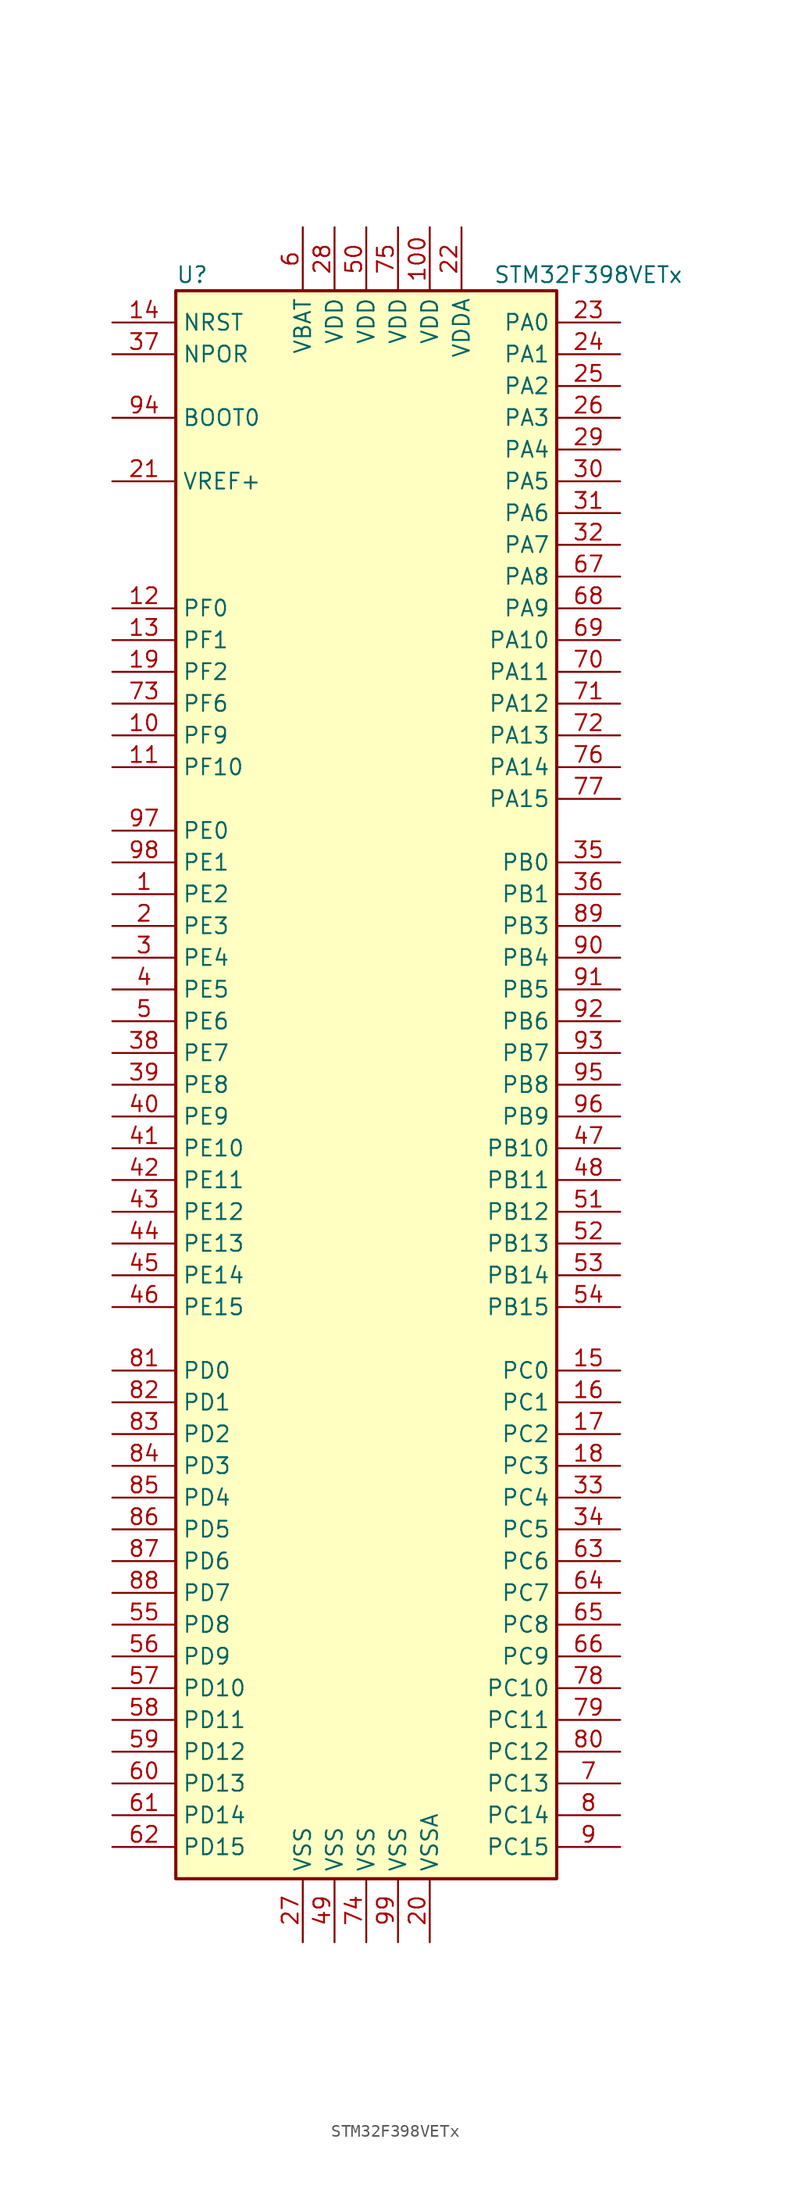
<source format=kicad_sym>
(kicad_symbol_lib
  (version 20201005)
  (generator kicad_symbol_editor)
  (symbol "STM32F398VETx"
    (property "Reference" "U"
      (at -15.24 64.77 0)
      (effects (font (size 1.27 1.27)) (justify left)))
    (property "Value" "STM32F398VETx"
      (at 10.16 64.77 0)
      (effects (font (size 1.27 1.27)) (justify left)))
    (symbol "STM32F398VETx_0_1"
      (rectangle (start -15.24 -63.5) (end 15.24 63.5) (stroke (width 0.254)) (fill (type background))))
    (symbol "STM32F398VETx_1_1"
      (pin bidirectional line (at -20.32 15.24 0) (length 5.08) (name "PE2" (effects (font (size 1.27 1.27)))) (number "1" (effects (font (size 1.27 1.27)))))
      (pin bidirectional line (at -20.32 27.94 0) (length 5.08) (name "PF9" (effects (font (size 1.27 1.27)))) (number "10" (effects (font (size 1.27 1.27)))))
      (pin power_in line (at 5.08 68.58 270) (length 5.08) (name "VDD" (effects (font (size 1.27 1.27)))) (number "100" (effects (font (size 1.27 1.27)))))
      (pin bidirectional line (at -20.32 25.4 0) (length 5.08) (name "PF10" (effects (font (size 1.27 1.27)))) (number "11" (effects (font (size 1.27 1.27)))))
      (pin input line (at -20.32 38.1 0) (length 5.08) (name "PF0" (effects (font (size 1.27 1.27)))) (number "12" (effects (font (size 1.27 1.27)))))
      (pin input line (at -20.32 35.56 0) (length 5.08) (name "PF1" (effects (font (size 1.27 1.27)))) (number "13" (effects (font (size 1.27 1.27)))))
      (pin input line (at -20.32 60.96 0) (length 5.08) (name "NRST" (effects (font (size 1.27 1.27)))) (number "14" (effects (font (size 1.27 1.27)))))
      (pin bidirectional line (at 20.32 -22.86 180) (length 5.08) (name "PC0" (effects (font (size 1.27 1.27)))) (number "15" (effects (font (size 1.27 1.27)))))
      (pin bidirectional line (at 20.32 -25.4 180) (length 5.08) (name "PC1" (effects (font (size 1.27 1.27)))) (number "16" (effects (font (size 1.27 1.27)))))
      (pin bidirectional line (at 20.32 -27.94 180) (length 5.08) (name "PC2" (effects (font (size 1.27 1.27)))) (number "17" (effects (font (size 1.27 1.27)))))
      (pin bidirectional line (at 20.32 -30.48 180) (length 5.08) (name "PC3" (effects (font (size 1.27 1.27)))) (number "18" (effects (font (size 1.27 1.27)))))
      (pin bidirectional line (at -20.32 33.02 0) (length 5.08) (name "PF2" (effects (font (size 1.27 1.27)))) (number "19" (effects (font (size 1.27 1.27)))))
      (pin bidirectional line (at -20.32 12.7 0) (length 5.08) (name "PE3" (effects (font (size 1.27 1.27)))) (number "2" (effects (font (size 1.27 1.27)))))
      (pin power_in line (at 5.08 -68.58 90) (length 5.08) (name "VSSA" (effects (font (size 1.27 1.27)))) (number "20" (effects (font (size 1.27 1.27)))))
      (pin power_in line (at -20.32 48.26 0) (length 5.08) (name "VREF+" (effects (font (size 1.27 1.27)))) (number "21" (effects (font (size 1.27 1.27)))))
      (pin power_in line (at 7.62 68.58 270) (length 5.08) (name "VDDA" (effects (font (size 1.27 1.27)))) (number "22" (effects (font (size 1.27 1.27)))))
      (pin bidirectional line (at 20.32 60.96 180) (length 5.08) (name "PA0" (effects (font (size 1.27 1.27)))) (number "23" (effects (font (size 1.27 1.27)))))
      (pin bidirectional line (at 20.32 58.42 180) (length 5.08) (name "PA1" (effects (font (size 1.27 1.27)))) (number "24" (effects (font (size 1.27 1.27)))))
      (pin bidirectional line (at 20.32 55.88 180) (length 5.08) (name "PA2" (effects (font (size 1.27 1.27)))) (number "25" (effects (font (size 1.27 1.27)))))
      (pin bidirectional line (at 20.32 53.34 180) (length 5.08) (name "PA3" (effects (font (size 1.27 1.27)))) (number "26" (effects (font (size 1.27 1.27)))))
      (pin power_in line (at -5.08 -68.58 90) (length 5.08) (name "VSS" (effects (font (size 1.27 1.27)))) (number "27" (effects (font (size 1.27 1.27)))))
      (pin power_in line (at -2.54 68.58 270) (length 5.08) (name "VDD" (effects (font (size 1.27 1.27)))) (number "28" (effects (font (size 1.27 1.27)))))
      (pin bidirectional line (at 20.32 50.8 180) (length 5.08) (name "PA4" (effects (font (size 1.27 1.27)))) (number "29" (effects (font (size 1.27 1.27)))))
      (pin bidirectional line (at -20.32 10.16 0) (length 5.08) (name "PE4" (effects (font (size 1.27 1.27)))) (number "3" (effects (font (size 1.27 1.27)))))
      (pin bidirectional line (at 20.32 48.26 180) (length 5.08) (name "PA5" (effects (font (size 1.27 1.27)))) (number "30" (effects (font (size 1.27 1.27)))))
      (pin bidirectional line (at 20.32 45.72 180) (length 5.08) (name "PA6" (effects (font (size 1.27 1.27)))) (number "31" (effects (font (size 1.27 1.27)))))
      (pin bidirectional line (at 20.32 43.18 180) (length 5.08) (name "PA7" (effects (font (size 1.27 1.27)))) (number "32" (effects (font (size 1.27 1.27)))))
      (pin bidirectional line (at 20.32 -33.02 180) (length 5.08) (name "PC4" (effects (font (size 1.27 1.27)))) (number "33" (effects (font (size 1.27 1.27)))))
      (pin bidirectional line (at 20.32 -35.56 180) (length 5.08) (name "PC5" (effects (font (size 1.27 1.27)))) (number "34" (effects (font (size 1.27 1.27)))))
      (pin bidirectional line (at 20.32 17.78 180) (length 5.08) (name "PB0" (effects (font (size 1.27 1.27)))) (number "35" (effects (font (size 1.27 1.27)))))
      (pin bidirectional line (at 20.32 15.24 180) (length 5.08) (name "PB1" (effects (font (size 1.27 1.27)))) (number "36" (effects (font (size 1.27 1.27)))))
      (pin input line (at -20.32 58.42 0) (length 5.08) (name "NPOR" (effects (font (size 1.27 1.27)))) (number "37" (effects (font (size 1.27 1.27)))))
      (pin bidirectional line (at -20.32 2.54 0) (length 5.08) (name "PE7" (effects (font (size 1.27 1.27)))) (number "38" (effects (font (size 1.27 1.27)))))
      (pin bidirectional line (at -20.32 0 0) (length 5.08) (name "PE8" (effects (font (size 1.27 1.27)))) (number "39" (effects (font (size 1.27 1.27)))))
      (pin bidirectional line (at -20.32 7.62 0) (length 5.08) (name "PE5" (effects (font (size 1.27 1.27)))) (number "4" (effects (font (size 1.27 1.27)))))
      (pin bidirectional line (at -20.32 -2.54 0) (length 5.08) (name "PE9" (effects (font (size 1.27 1.27)))) (number "40" (effects (font (size 1.27 1.27)))))
      (pin bidirectional line (at -20.32 -5.08 0) (length 5.08) (name "PE10" (effects (font (size 1.27 1.27)))) (number "41" (effects (font (size 1.27 1.27)))))
      (pin bidirectional line (at -20.32 -7.62 0) (length 5.08) (name "PE11" (effects (font (size 1.27 1.27)))) (number "42" (effects (font (size 1.27 1.27)))))
      (pin bidirectional line (at -20.32 -10.16 0) (length 5.08) (name "PE12" (effects (font (size 1.27 1.27)))) (number "43" (effects (font (size 1.27 1.27)))))
      (pin bidirectional line (at -20.32 -12.7 0) (length 5.08) (name "PE13" (effects (font (size 1.27 1.27)))) (number "44" (effects (font (size 1.27 1.27)))))
      (pin bidirectional line (at -20.32 -15.24 0) (length 5.08) (name "PE14" (effects (font (size 1.27 1.27)))) (number "45" (effects (font (size 1.27 1.27)))))
      (pin bidirectional line (at -20.32 -17.78 0) (length 5.08) (name "PE15" (effects (font (size 1.27 1.27)))) (number "46" (effects (font (size 1.27 1.27)))))
      (pin bidirectional line (at 20.32 -5.08 180) (length 5.08) (name "PB10" (effects (font (size 1.27 1.27)))) (number "47" (effects (font (size 1.27 1.27)))))
      (pin bidirectional line (at 20.32 -7.62 180) (length 5.08) (name "PB11" (effects (font (size 1.27 1.27)))) (number "48" (effects (font (size 1.27 1.27)))))
      (pin power_in line (at -2.54 -68.58 90) (length 5.08) (name "VSS" (effects (font (size 1.27 1.27)))) (number "49" (effects (font (size 1.27 1.27)))))
      (pin bidirectional line (at -20.32 5.08 0) (length 5.08) (name "PE6" (effects (font (size 1.27 1.27)))) (number "5" (effects (font (size 1.27 1.27)))))
      (pin power_in line (at 0 68.58 270) (length 5.08) (name "VDD" (effects (font (size 1.27 1.27)))) (number "50" (effects (font (size 1.27 1.27)))))
      (pin bidirectional line (at 20.32 -10.16 180) (length 5.08) (name "PB12" (effects (font (size 1.27 1.27)))) (number "51" (effects (font (size 1.27 1.27)))))
      (pin bidirectional line (at 20.32 -12.7 180) (length 5.08) (name "PB13" (effects (font (size 1.27 1.27)))) (number "52" (effects (font (size 1.27 1.27)))))
      (pin bidirectional line (at 20.32 -15.24 180) (length 5.08) (name "PB14" (effects (font (size 1.27 1.27)))) (number "53" (effects (font (size 1.27 1.27)))))
      (pin bidirectional line (at 20.32 -17.78 180) (length 5.08) (name "PB15" (effects (font (size 1.27 1.27)))) (number "54" (effects (font (size 1.27 1.27)))))
      (pin bidirectional line (at -20.32 -43.18 0) (length 5.08) (name "PD8" (effects (font (size 1.27 1.27)))) (number "55" (effects (font (size 1.27 1.27)))))
      (pin bidirectional line (at -20.32 -45.72 0) (length 5.08) (name "PD9" (effects (font (size 1.27 1.27)))) (number "56" (effects (font (size 1.27 1.27)))))
      (pin bidirectional line (at -20.32 -48.26 0) (length 5.08) (name "PD10" (effects (font (size 1.27 1.27)))) (number "57" (effects (font (size 1.27 1.27)))))
      (pin bidirectional line (at -20.32 -50.8 0) (length 5.08) (name "PD11" (effects (font (size 1.27 1.27)))) (number "58" (effects (font (size 1.27 1.27)))))
      (pin bidirectional line (at -20.32 -53.34 0) (length 5.08) (name "PD12" (effects (font (size 1.27 1.27)))) (number "59" (effects (font (size 1.27 1.27)))))
      (pin power_in line (at -5.08 68.58 270) (length 5.08) (name "VBAT" (effects (font (size 1.27 1.27)))) (number "6" (effects (font (size 1.27 1.27)))))
      (pin bidirectional line (at -20.32 -55.88 0) (length 5.08) (name "PD13" (effects (font (size 1.27 1.27)))) (number "60" (effects (font (size 1.27 1.27)))))
      (pin bidirectional line (at -20.32 -58.42 0) (length 5.08) (name "PD14" (effects (font (size 1.27 1.27)))) (number "61" (effects (font (size 1.27 1.27)))))
      (pin bidirectional line (at -20.32 -60.96 0) (length 5.08) (name "PD15" (effects (font (size 1.27 1.27)))) (number "62" (effects (font (size 1.27 1.27)))))
      (pin bidirectional line (at 20.32 -38.1 180) (length 5.08) (name "PC6" (effects (font (size 1.27 1.27)))) (number "63" (effects (font (size 1.27 1.27)))))
      (pin bidirectional line (at 20.32 -40.64 180) (length 5.08) (name "PC7" (effects (font (size 1.27 1.27)))) (number "64" (effects (font (size 1.27 1.27)))))
      (pin bidirectional line (at 20.32 -43.18 180) (length 5.08) (name "PC8" (effects (font (size 1.27 1.27)))) (number "65" (effects (font (size 1.27 1.27)))))
      (pin bidirectional line (at 20.32 -45.72 180) (length 5.08) (name "PC9" (effects (font (size 1.27 1.27)))) (number "66" (effects (font (size 1.27 1.27)))))
      (pin bidirectional line (at 20.32 40.64 180) (length 5.08) (name "PA8" (effects (font (size 1.27 1.27)))) (number "67" (effects (font (size 1.27 1.27)))))
      (pin bidirectional line (at 20.32 38.1 180) (length 5.08) (name "PA9" (effects (font (size 1.27 1.27)))) (number "68" (effects (font (size 1.27 1.27)))))
      (pin bidirectional line (at 20.32 35.56 180) (length 5.08) (name "PA10" (effects (font (size 1.27 1.27)))) (number "69" (effects (font (size 1.27 1.27)))))
      (pin bidirectional line (at 20.32 -55.88 180) (length 5.08) (name "PC13" (effects (font (size 1.27 1.27)))) (number "7" (effects (font (size 1.27 1.27)))))
      (pin bidirectional line (at 20.32 33.02 180) (length 5.08) (name "PA11" (effects (font (size 1.27 1.27)))) (number "70" (effects (font (size 1.27 1.27)))))
      (pin bidirectional line (at 20.32 30.48 180) (length 5.08) (name "PA12" (effects (font (size 1.27 1.27)))) (number "71" (effects (font (size 1.27 1.27)))))
      (pin bidirectional line (at 20.32 27.94 180) (length 5.08) (name "PA13" (effects (font (size 1.27 1.27)))) (number "72" (effects (font (size 1.27 1.27)))))
      (pin bidirectional line (at -20.32 30.48 0) (length 5.08) (name "PF6" (effects (font (size 1.27 1.27)))) (number "73" (effects (font (size 1.27 1.27)))))
      (pin power_in line (at 0 -68.58 90) (length 5.08) (name "VSS" (effects (font (size 1.27 1.27)))) (number "74" (effects (font (size 1.27 1.27)))))
      (pin power_in line (at 2.54 68.58 270) (length 5.08) (name "VDD" (effects (font (size 1.27 1.27)))) (number "75" (effects (font (size 1.27 1.27)))))
      (pin bidirectional line (at 20.32 25.4 180) (length 5.08) (name "PA14" (effects (font (size 1.27 1.27)))) (number "76" (effects (font (size 1.27 1.27)))))
      (pin bidirectional line (at 20.32 22.86 180) (length 5.08) (name "PA15" (effects (font (size 1.27 1.27)))) (number "77" (effects (font (size 1.27 1.27)))))
      (pin bidirectional line (at 20.32 -48.26 180) (length 5.08) (name "PC10" (effects (font (size 1.27 1.27)))) (number "78" (effects (font (size 1.27 1.27)))))
      (pin bidirectional line (at 20.32 -50.8 180) (length 5.08) (name "PC11" (effects (font (size 1.27 1.27)))) (number "79" (effects (font (size 1.27 1.27)))))
      (pin bidirectional line (at 20.32 -58.42 180) (length 5.08) (name "PC14" (effects (font (size 1.27 1.27)))) (number "8" (effects (font (size 1.27 1.27)))))
      (pin bidirectional line (at 20.32 -53.34 180) (length 5.08) (name "PC12" (effects (font (size 1.27 1.27)))) (number "80" (effects (font (size 1.27 1.27)))))
      (pin bidirectional line (at -20.32 -22.86 0) (length 5.08) (name "PD0" (effects (font (size 1.27 1.27)))) (number "81" (effects (font (size 1.27 1.27)))))
      (pin bidirectional line (at -20.32 -25.4 0) (length 5.08) (name "PD1" (effects (font (size 1.27 1.27)))) (number "82" (effects (font (size 1.27 1.27)))))
      (pin bidirectional line (at -20.32 -27.94 0) (length 5.08) (name "PD2" (effects (font (size 1.27 1.27)))) (number "83" (effects (font (size 1.27 1.27)))))
      (pin bidirectional line (at -20.32 -30.48 0) (length 5.08) (name "PD3" (effects (font (size 1.27 1.27)))) (number "84" (effects (font (size 1.27 1.27)))))
      (pin bidirectional line (at -20.32 -33.02 0) (length 5.08) (name "PD4" (effects (font (size 1.27 1.27)))) (number "85" (effects (font (size 1.27 1.27)))))
      (pin bidirectional line (at -20.32 -35.56 0) (length 5.08) (name "PD5" (effects (font (size 1.27 1.27)))) (number "86" (effects (font (size 1.27 1.27)))))
      (pin bidirectional line (at -20.32 -38.1 0) (length 5.08) (name "PD6" (effects (font (size 1.27 1.27)))) (number "87" (effects (font (size 1.27 1.27)))))
      (pin bidirectional line (at -20.32 -40.64 0) (length 5.08) (name "PD7" (effects (font (size 1.27 1.27)))) (number "88" (effects (font (size 1.27 1.27)))))
      (pin bidirectional line (at 20.32 12.7 180) (length 5.08) (name "PB3" (effects (font (size 1.27 1.27)))) (number "89" (effects (font (size 1.27 1.27)))))
      (pin bidirectional line (at 20.32 -60.96 180) (length 5.08) (name "PC15" (effects (font (size 1.27 1.27)))) (number "9" (effects (font (size 1.27 1.27)))))
      (pin bidirectional line (at 20.32 10.16 180) (length 5.08) (name "PB4" (effects (font (size 1.27 1.27)))) (number "90" (effects (font (size 1.27 1.27)))))
      (pin bidirectional line (at 20.32 7.62 180) (length 5.08) (name "PB5" (effects (font (size 1.27 1.27)))) (number "91" (effects (font (size 1.27 1.27)))))
      (pin bidirectional line (at 20.32 5.08 180) (length 5.08) (name "PB6" (effects (font (size 1.27 1.27)))) (number "92" (effects (font (size 1.27 1.27)))))
      (pin bidirectional line (at 20.32 2.54 180) (length 5.08) (name "PB7" (effects (font (size 1.27 1.27)))) (number "93" (effects (font (size 1.27 1.27)))))
      (pin input line (at -20.32 53.34 0) (length 5.08) (name "BOOT0" (effects (font (size 1.27 1.27)))) (number "94" (effects (font (size 1.27 1.27)))))
      (pin bidirectional line (at 20.32 0 180) (length 5.08) (name "PB8" (effects (font (size 1.27 1.27)))) (number "95" (effects (font (size 1.27 1.27)))))
      (pin bidirectional line (at 20.32 -2.54 180) (length 5.08) (name "PB9" (effects (font (size 1.27 1.27)))) (number "96" (effects (font (size 1.27 1.27)))))
      (pin bidirectional line (at -20.32 20.32 0) (length 5.08) (name "PE0" (effects (font (size 1.27 1.27)))) (number "97" (effects (font (size 1.27 1.27)))))
      (pin bidirectional line (at -20.32 17.78 0) (length 5.08) (name "PE1" (effects (font (size 1.27 1.27)))) (number "98" (effects (font (size 1.27 1.27)))))
      (pin power_in line (at 2.54 -68.58 90) (length 5.08) (name "VSS" (effects (font (size 1.27 1.27)))) (number "99" (effects (font (size 1.27 1.27))))))))
</source>
